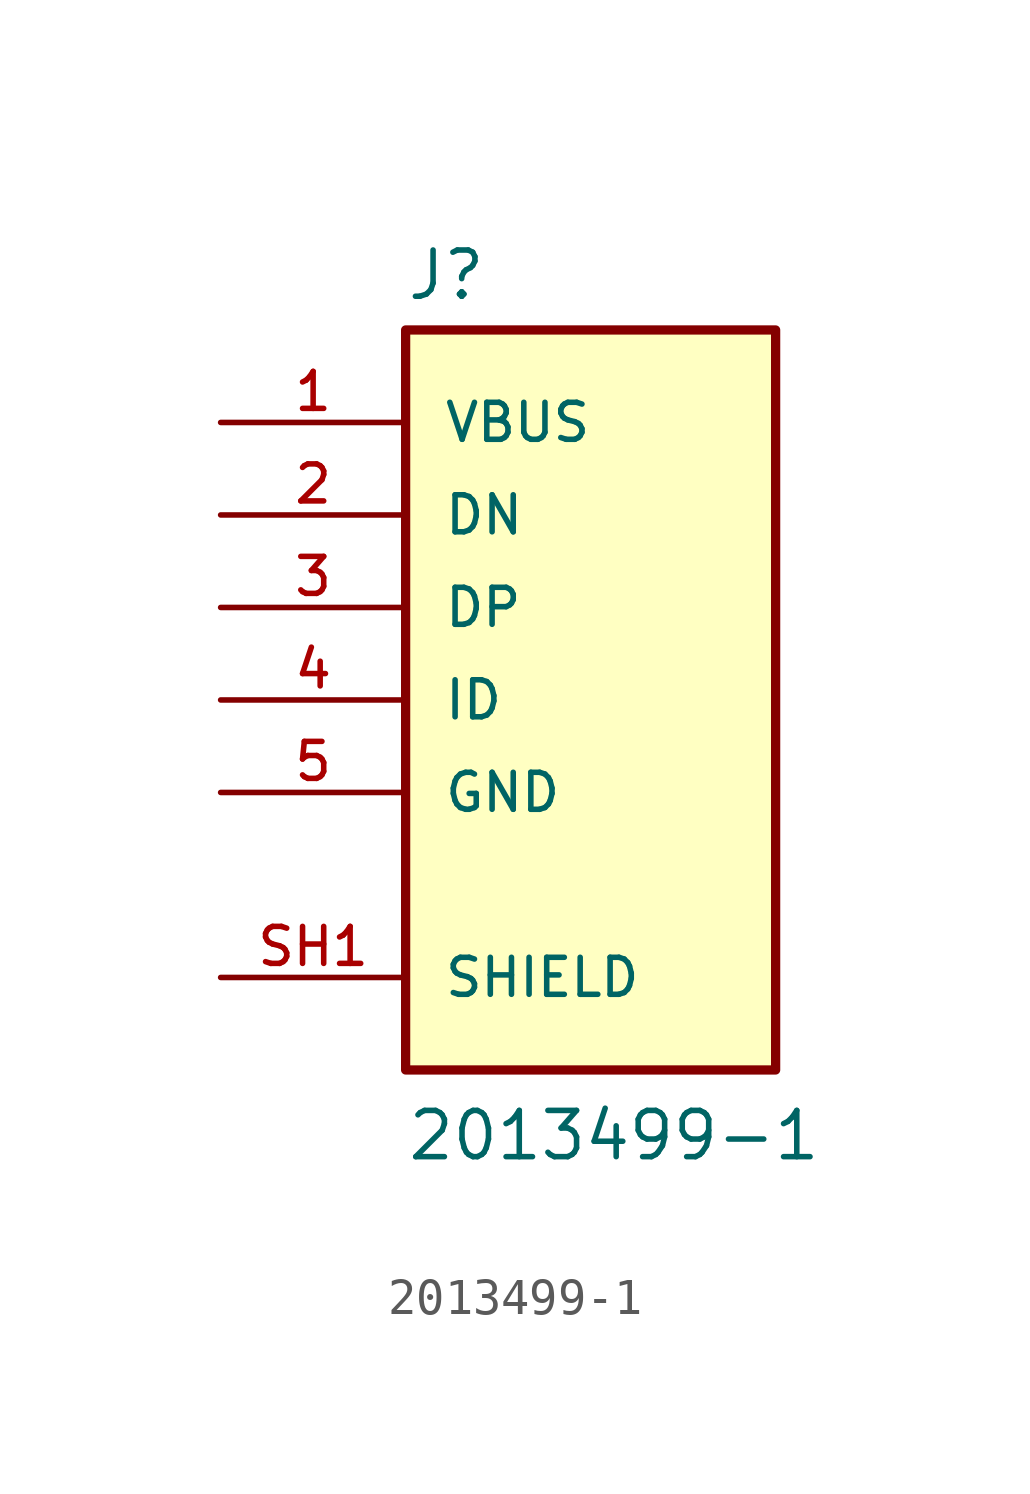
<source format=kicad_sym>
(kicad_symbol_lib
  (version 20211014)
  (generator kicad_symbol_editor)
  (symbol "2013499-1"
    (pin_names
      (offset 1.016))
    (property "Reference" "J"
      (at -5.092 10.922 0)
      (effects (font (size 1.27 1.27)) (justify bottom left)))
    (property "Value" "2013499-1"
      (at -5.083 -12.704 0)
      (effects (font (size 1.27 1.27)) (justify bottom left)))
    (symbol "2013499-1_0_0"
      (rectangle (start -5.08 -10.16) (end 5.08 10.16) (stroke (width 0.254)) (fill (type background)))
      (pin passive line (at -10.16 -7.62 0) (length 5.08) (name "SHIELD" (effects (font (size 1.016 1.016)))) (number "SH1" (effects (font (size 1.016 1.016)))))
      (pin passive line (at -10.16 -7.62 0) (length 5.08) hide (name "SHIELD" (effects (font (size 1.016 1.016)))) (number "SH2" (effects (font (size 1.016 1.016)))))
      (pin passive line (at -10.16 -7.62 0) (length 5.08) hide (name "SHIELD" (effects (font (size 1.016 1.016)))) (number "SH3" (effects (font (size 1.016 1.016)))))
      (pin passive line (at -10.16 -7.62 0) (length 5.08) hide (name "SHIELD" (effects (font (size 1.016 1.016)))) (number "SH4" (effects (font (size 1.016 1.016)))))
      (pin passive line (at -10.16 -7.62 0) (length 5.08) hide (name "SHIELD" (effects (font (size 1.016 1.016)))) (number "SH5" (effects (font (size 1.016 1.016)))))
      (pin passive line (at -10.16 -7.62 0) (length 5.08) hide (name "SHIELD" (effects (font (size 1.016 1.016)))) (number "SH6" (effects (font (size 1.016 1.016)))))
      (pin power_in line (at -10.16 7.62 0) (length 5.08) (name "VBUS" (effects (font (size 1.016 1.016)))) (number "1" (effects (font (size 1.016 1.016)))))
      (pin bidirectional line (at -10.16 5.08 0) (length 5.08) (name "DN" (effects (font (size 1.016 1.016)))) (number "2" (effects (font (size 1.016 1.016)))))
      (pin bidirectional line (at -10.16 2.54 0) (length 5.08) (name "DP" (effects (font (size 1.016 1.016)))) (number "3" (effects (font (size 1.016 1.016)))))
      (pin bidirectional line (at -10.16 0.0 0) (length 5.08) (name "ID" (effects (font (size 1.016 1.016)))) (number "4" (effects (font (size 1.016 1.016)))))
      (pin power_in line (at -10.16 -2.54 0) (length 5.08) (name "GND" (effects (font (size 1.016 1.016)))) (number "5" (effects (font (size 1.016 1.016))))))))
</source>
